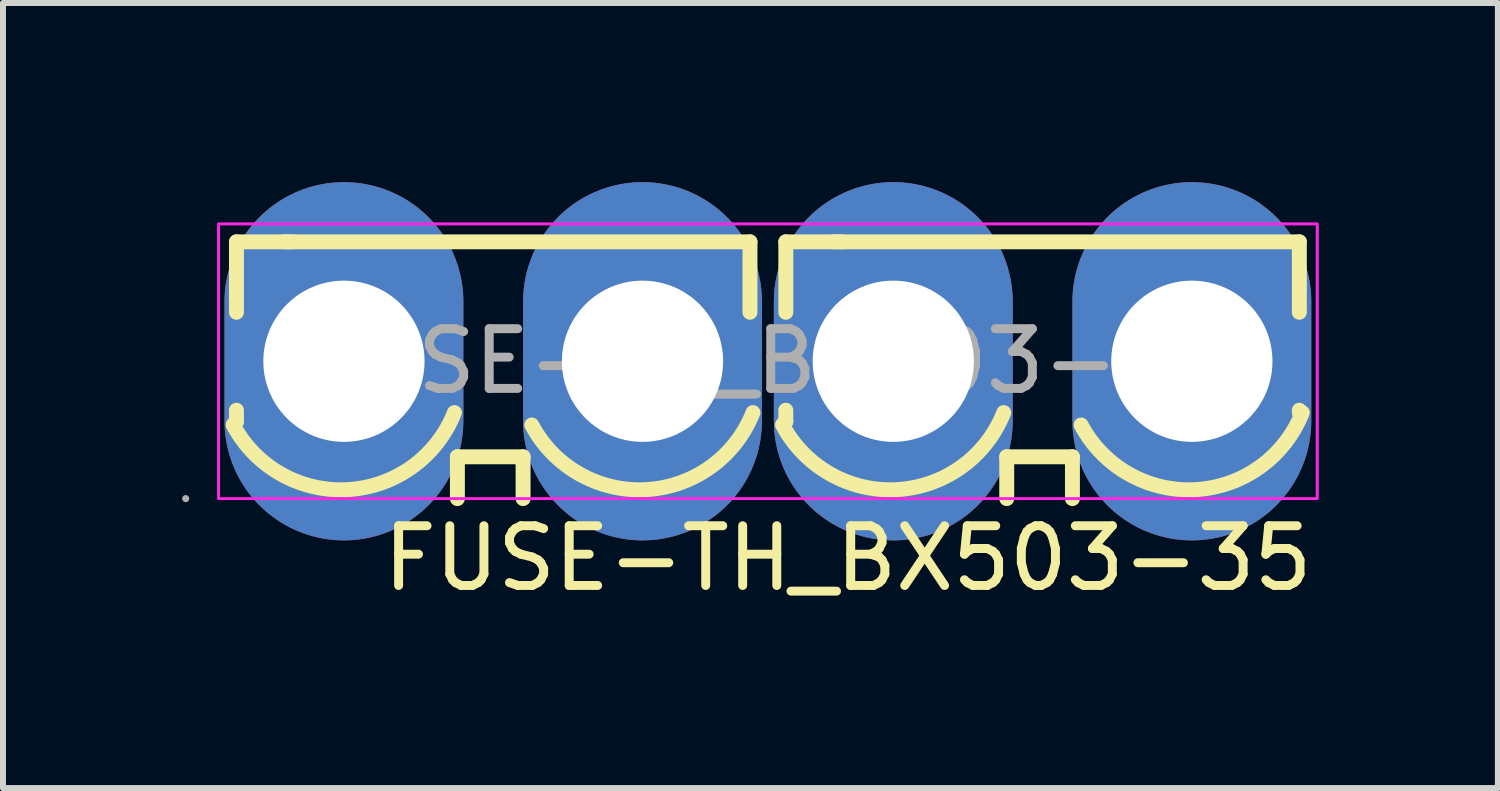
<source format=kicad_pcb>
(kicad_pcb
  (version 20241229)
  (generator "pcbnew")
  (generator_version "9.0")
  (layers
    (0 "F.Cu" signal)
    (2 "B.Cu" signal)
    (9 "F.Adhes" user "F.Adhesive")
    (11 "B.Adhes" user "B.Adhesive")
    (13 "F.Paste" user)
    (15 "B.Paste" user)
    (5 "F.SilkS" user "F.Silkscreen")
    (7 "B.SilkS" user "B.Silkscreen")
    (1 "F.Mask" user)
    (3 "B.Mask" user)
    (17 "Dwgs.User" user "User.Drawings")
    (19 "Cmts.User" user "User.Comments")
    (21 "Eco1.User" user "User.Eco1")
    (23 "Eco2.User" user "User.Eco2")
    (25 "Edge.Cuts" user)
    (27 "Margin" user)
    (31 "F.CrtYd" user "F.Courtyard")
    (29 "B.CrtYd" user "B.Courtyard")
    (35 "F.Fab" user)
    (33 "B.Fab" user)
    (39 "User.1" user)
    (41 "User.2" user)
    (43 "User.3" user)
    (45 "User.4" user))
  (footprint "FUSE-TH_BX503-35"
    (layer "F.Cu")
    (at 9.81 3)
    (property "Reference" "FUSE-TH_BX503-35" (at 9.2 3.3 0) (layer "F.SilkS") (effects (font (size 1 1) (thickness 0.15)) (justify right)))
    (attr through_hole)
    (fp_line (start -8.9 -2) (end -8.9 -0.82) (stroke (width 0.25) (type solid)) (layer "F.SilkS"))
    (fp_line (start -8.9 0.82) (end -8.9 1.01) (stroke (width 0.25) (type solid)) (layer "F.SilkS"))
    (fp_line (start -8.9 1.01) (end -8.95 1.06) (stroke (width 0.25) (type solid)) (layer "F.SilkS"))
    (fp_line (start -8.1 -2) (end -0.3 -2) (stroke (width 0.25) (type solid)) (layer "F.SilkS"))
    (fp_line (start -7.96 -2) (end -8.9 -2) (stroke (width 0.25) (type solid)) (layer "F.SilkS"))
    (fp_line (start -5.2 1.6) (end -4.1 1.6) (stroke (width 0.25) (type solid)) (layer "F.SilkS"))
    (fp_line (start -5.2 2.3) (end -5.2 1.6) (stroke (width 0.25) (type solid)) (layer "F.SilkS"))
    (fp_line (start -4.1 1.6) (end -4.1 2.3) (stroke (width 0.25) (type solid)) (layer "F.SilkS"))
    (fp_line (start -0.3 -2) (end -0.3 -0.82) (stroke (width 0.25) (type solid)) (layer "F.SilkS"))
    (fp_line (start 0.3 -2) (end 0.3 -0.82) (stroke (width 0.25) (type solid)) (layer "F.SilkS"))
    (fp_line (start 0.3 0.82) (end 0.3 1.01) (stroke (width 0.25) (type solid)) (layer "F.SilkS"))
    (fp_line (start 0.3 1.01) (end 0.25 1.06) (stroke (width 0.25) (type solid)) (layer "F.SilkS"))
    (fp_line (start 1.1 -2) (end 8.9 -2) (stroke (width 0.25) (type solid)) (layer "F.SilkS"))
    (fp_line (start 1.24 -2) (end 0.3 -2) (stroke (width 0.25) (type solid)) (layer "F.SilkS"))
    (fp_line (start 4 1.6) (end 5.1 1.6) (stroke (width 0.25) (type solid)) (layer "F.SilkS"))
    (fp_line (start 4 2.3) (end 4 1.6) (stroke (width 0.25) (type solid)) (layer "F.SilkS"))
    (fp_line (start 5.1 1.6) (end 5.1 2.3) (stroke (width 0.25) (type solid)) (layer "F.SilkS"))
    (fp_line (start 8.9 -2) (end 8.9 -0.82) (stroke (width 0.25) (type solid)) (layer "F.SilkS"))
    (fp_line (start 8.9 0.82) (end 8.9 0.86) (stroke (width 0.25) (type solid)) (layer "F.SilkS"))
    (fp_arc (start -5.25 0.86) (mid -7.035832 2.149477) (end -8.954423 1.06737) (stroke (width 0.25) (type solid)) (layer "F.SilkS"))
    (fp_arc (start -0.25 0.86) (mid -2.035832 2.149477) (end -3.954423 1.06737) (stroke (width 0.25) (type solid)) (layer "F.SilkS"))
    (fp_arc (start 3.95 0.86) (mid 2.164168 2.149477) (end 0.245577 1.06737) (stroke (width 0.25) (type solid)) (layer "F.SilkS"))
    (fp_arc (start 8.95 0.86) (mid 7.164168 2.149477) (end 5.245577 1.06737) (stroke (width 0.25) (type solid)) (layer "F.SilkS"))
    (fp_rect (start -9.2 -2.3) (end 9.2 2.3) (stroke (width 0.05) (type default)) (fill no) (layer "F.CrtYd"))
    (fp_circle (center -9.75 2.3) (end -9.72 2.3) (stroke (width 0.06) (type solid)) (fill no) (layer "F.Fab"))
    (fp_text user "${REFERENCE}" (at 0 0 0) (layer "F.Fab") (effects (font (size 1 1) (thickness 0.15))))
    (pad "1" thru_hole oval (at -7.1 0) (size 4 6) (drill 2.7) (layers "*.Cu" "*.Mask"))
    (pad "1" thru_hole oval (at -2.1 0) (size 4 6) (drill 2.7) (layers "*.Cu" "*.Mask"))
    (pad "2" thru_hole oval (at 2.1 0) (size 4 6) (drill 2.7) (layers "*.Cu" "*.Mask"))
    (pad "2" thru_hole oval (at 7.1 0) (size 4 6) (drill 2.7) (layers "*.Cu" "*.Mask")))
  (gr_rect
    (start -3 -3)
    (end 22.035 10.148)
    (stroke (width 0.1) (type default))
    (fill no)
    (layer "Edge.Cuts")))
</source>
